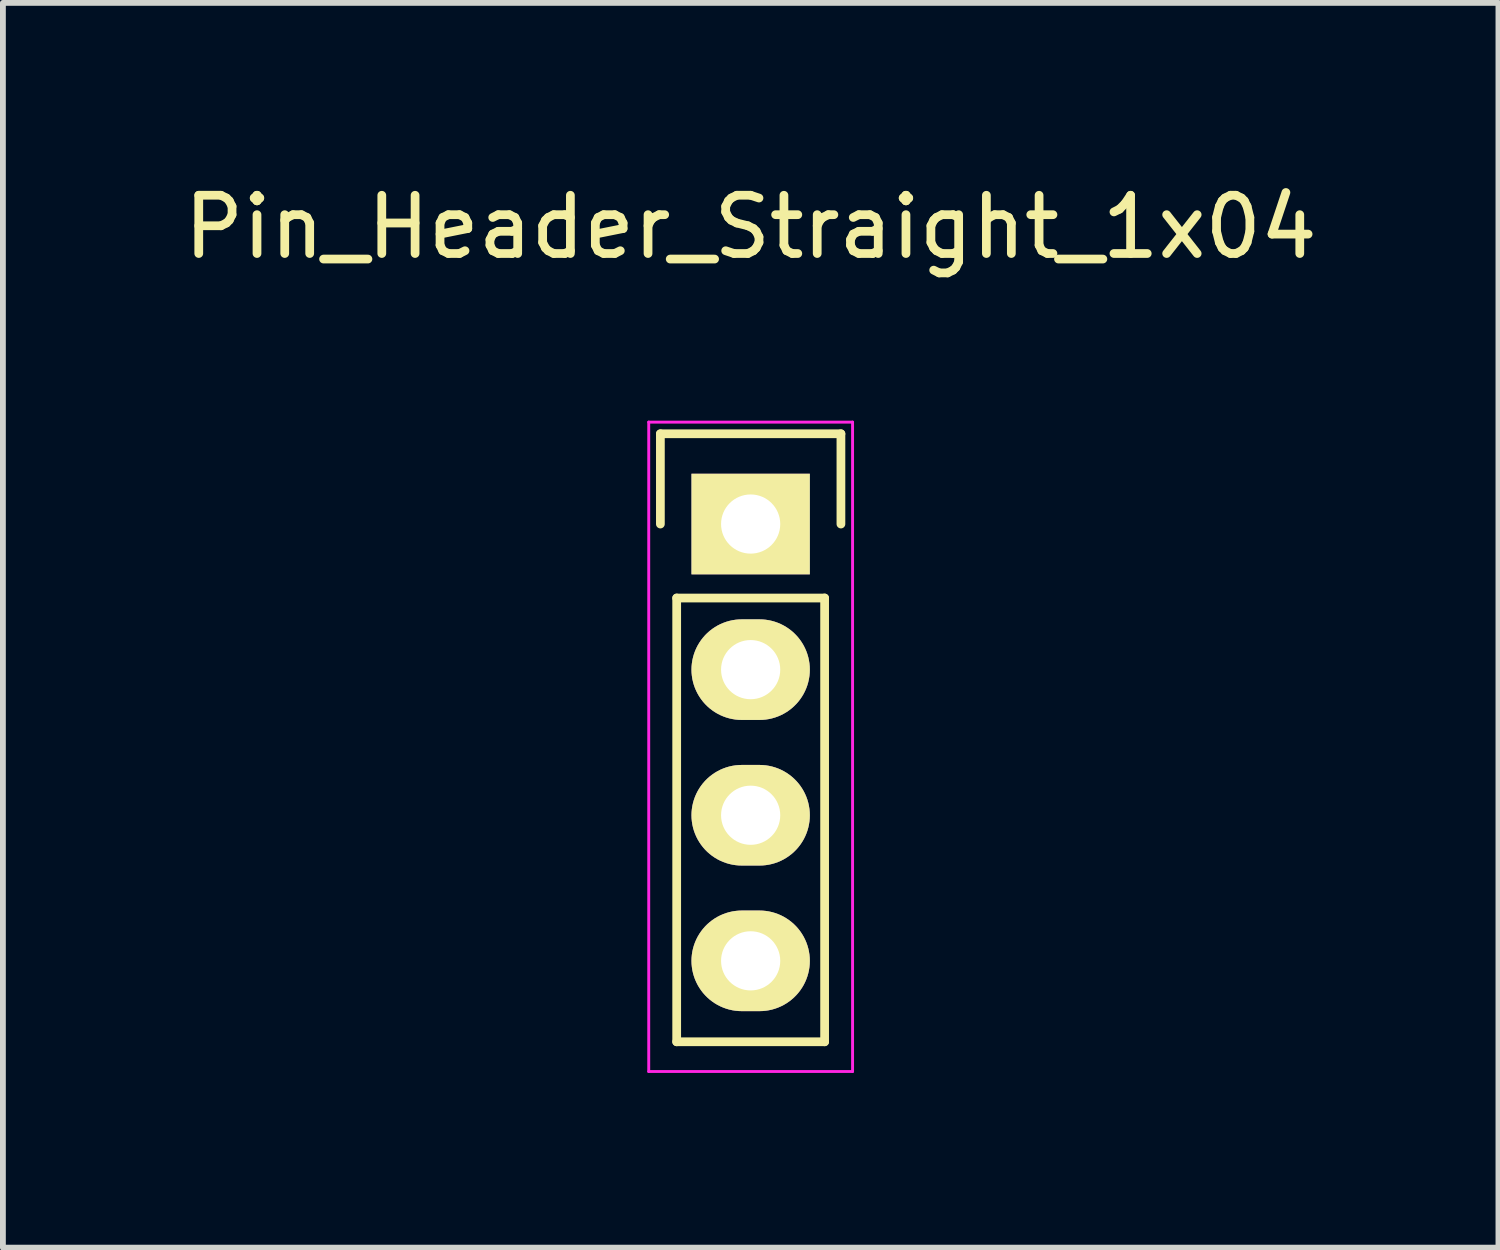
<source format=kicad_pcb>
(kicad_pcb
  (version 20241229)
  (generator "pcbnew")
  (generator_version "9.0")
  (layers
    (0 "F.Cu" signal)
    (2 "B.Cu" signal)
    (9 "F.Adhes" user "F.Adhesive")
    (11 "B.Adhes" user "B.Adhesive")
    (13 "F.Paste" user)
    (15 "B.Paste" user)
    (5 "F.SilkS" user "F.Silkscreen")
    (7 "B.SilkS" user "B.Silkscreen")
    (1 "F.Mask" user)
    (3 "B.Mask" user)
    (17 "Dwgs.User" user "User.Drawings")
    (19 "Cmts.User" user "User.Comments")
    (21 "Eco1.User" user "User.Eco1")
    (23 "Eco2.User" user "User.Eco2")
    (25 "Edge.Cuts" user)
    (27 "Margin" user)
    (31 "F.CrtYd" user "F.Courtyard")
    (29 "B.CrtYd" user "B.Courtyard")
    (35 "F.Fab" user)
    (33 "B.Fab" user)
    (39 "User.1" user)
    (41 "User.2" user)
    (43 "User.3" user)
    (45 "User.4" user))
  (footprint "Pin_Header_Straight_1x04"
    (layer "F.Cu")
    (at 9.839 5.948)
    (property "Reference" "Pin_Header_Straight_1x04" (at 0 -5.1 0) (layer "F.SilkS") (effects (font (size 1 1) (thickness 0.15))))
    (attr through_hole)
    (fp_line (start -1.55 -1.55) (end 1.55 -1.55) (stroke (width 0.15) (type solid)) (layer "F.SilkS"))
    (fp_line (start -1.55 0) (end -1.55 -1.55) (stroke (width 0.15) (type solid)) (layer "F.SilkS"))
    (fp_line (start -1.27 1.27) (end -1.27 8.89) (stroke (width 0.15) (type solid)) (layer "F.SilkS"))
    (fp_line (start -1.27 8.89) (end 1.27 8.89) (stroke (width 0.15) (type solid)) (layer "F.SilkS"))
    (fp_line (start 1.27 1.27) (end -1.27 1.27) (stroke (width 0.15) (type solid)) (layer "F.SilkS"))
    (fp_line (start 1.27 1.27) (end 1.27 8.89) (stroke (width 0.15) (type solid)) (layer "F.SilkS"))
    (fp_line (start 1.55 -1.55) (end 1.55 0) (stroke (width 0.15) (type solid)) (layer "F.SilkS"))
    (fp_line (start -1.75 -1.75) (end -1.75 9.4) (stroke (width 0.05) (type solid)) (layer "F.CrtYd"))
    (fp_line (start -1.75 -1.75) (end 1.75 -1.75) (stroke (width 0.05) (type solid)) (layer "F.CrtYd"))
    (fp_line (start -1.75 9.4) (end 1.75 9.4) (stroke (width 0.05) (type solid)) (layer "F.CrtYd"))
    (fp_line (start 1.75 -1.75) (end 1.75 9.4) (stroke (width 0.05) (type solid)) (layer "F.CrtYd"))
    (pad "1" thru_hole rect (at 0 0) (size 2.032 1.727) (drill 1.016) (layers "*.Cu" "*.Mask" "F.SilkS"))
    (pad "2" thru_hole oval (at 0 2.5) (size 2.032 1.727) (drill 1.016) (layers "*.Cu" "*.Mask" "F.SilkS"))
    (pad "3" thru_hole oval (at 0 5) (size 2.032 1.727) (drill 1.016) (layers "*.Cu" "*.Mask" "F.SilkS"))
    (pad "4" thru_hole oval (at 0 7.5) (size 2.032 1.727) (drill 1.016) (layers "*.Cu" "*.Mask" "F.SilkS")))
  (gr_rect
    (start -3 -3)
    (end 22.679 18.373)
    (stroke (width 0.1) (type default))
    (fill no)
    (layer "Edge.Cuts")))
</source>
